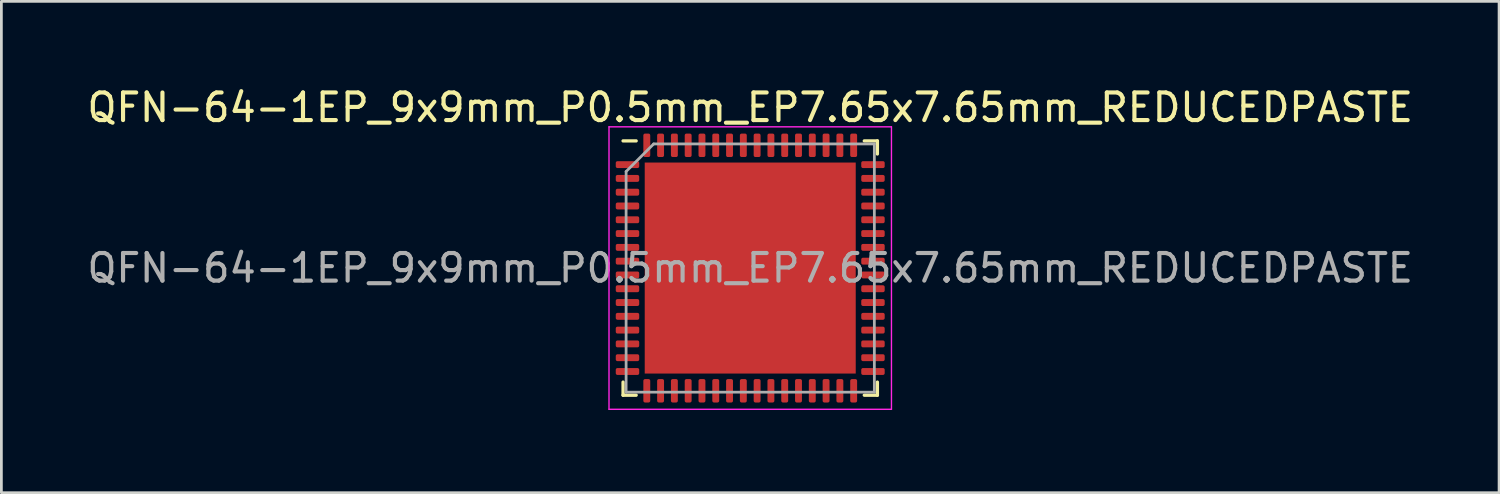
<source format=kicad_pcb>
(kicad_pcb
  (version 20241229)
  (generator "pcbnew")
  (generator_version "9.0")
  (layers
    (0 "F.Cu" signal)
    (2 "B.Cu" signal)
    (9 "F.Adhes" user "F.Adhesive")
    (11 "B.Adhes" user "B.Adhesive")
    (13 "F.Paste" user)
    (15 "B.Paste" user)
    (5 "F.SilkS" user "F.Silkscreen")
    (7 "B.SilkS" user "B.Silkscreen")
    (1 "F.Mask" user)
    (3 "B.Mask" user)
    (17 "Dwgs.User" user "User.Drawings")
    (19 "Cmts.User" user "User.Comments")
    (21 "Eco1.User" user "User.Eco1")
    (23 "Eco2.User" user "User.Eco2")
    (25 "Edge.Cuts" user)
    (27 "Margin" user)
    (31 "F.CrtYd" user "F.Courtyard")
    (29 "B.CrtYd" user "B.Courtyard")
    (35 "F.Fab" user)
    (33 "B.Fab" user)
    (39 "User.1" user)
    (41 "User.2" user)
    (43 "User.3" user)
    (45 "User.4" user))
  (footprint "QFN-64-1EP_9x9mm_P0.5mm_EP7.65x7.65mm_REDUCEDPASTE"
    (layer "F.Cu")
    (at 24.149 6.668)
    (property "Reference" "QFN-64-1EP_9x9mm_P0.5mm_EP7.65x7.65mm_REDUCEDPASTE" (at 0 -5.82 0) (layer "F.SilkS") (effects (font (size 1 1) (thickness 0.15))))
    (attr smd)
    (fp_line (start -4.61 4.61) (end -4.61 4.135) (stroke (width 0.12) (type solid)) (layer "F.SilkS"))
    (fp_line (start -4.135 -4.61) (end -4.61 -4.61) (stroke (width 0.12) (type solid)) (layer "F.SilkS"))
    (fp_line (start -4.135 4.61) (end -4.61 4.61) (stroke (width 0.12) (type solid)) (layer "F.SilkS"))
    (fp_line (start 4.135 -4.61) (end 4.61 -4.61) (stroke (width 0.12) (type solid)) (layer "F.SilkS"))
    (fp_line (start 4.135 4.61) (end 4.61 4.61) (stroke (width 0.12) (type solid)) (layer "F.SilkS"))
    (fp_line (start 4.61 -4.61) (end 4.61 -4.135) (stroke (width 0.12) (type solid)) (layer "F.SilkS"))
    (fp_line (start 4.61 4.61) (end 4.61 4.135) (stroke (width 0.12) (type solid)) (layer "F.SilkS"))
    (fp_line (start -5.12 -5.12) (end -5.12 5.12) (stroke (width 0.05) (type solid)) (layer "F.CrtYd"))
    (fp_line (start -5.12 5.12) (end 5.12 5.12) (stroke (width 0.05) (type solid)) (layer "F.CrtYd"))
    (fp_line (start 5.12 -5.12) (end -5.12 -5.12) (stroke (width 0.05) (type solid)) (layer "F.CrtYd"))
    (fp_line (start 5.12 5.12) (end 5.12 -5.12) (stroke (width 0.05) (type solid)) (layer "F.CrtYd"))
    (fp_line (start -4.5 -3.5) (end -3.5 -4.5) (stroke (width 0.1) (type solid)) (layer "F.Fab"))
    (fp_line (start -4.5 4.5) (end -4.5 -3.5) (stroke (width 0.1) (type solid)) (layer "F.Fab"))
    (fp_line (start -3.5 -4.5) (end 4.5 -4.5) (stroke (width 0.1) (type solid)) (layer "F.Fab"))
    (fp_line (start 4.5 -4.5) (end 4.5 4.5) (stroke (width 0.1) (type solid)) (layer "F.Fab"))
    (fp_line (start 4.5 4.5) (end -4.5 4.5) (stroke (width 0.1) (type solid)) (layer "F.Fab"))
    (fp_text user "${REFERENCE}" (at 0 0 0) (layer "F.Fab") (effects (font (size 1 1) (thickness 0.15))))
    (pad "" smd roundrect (at -2.6 -2.5) (size 1.815 1.758) (layers "F.Paste") (roundrect_rratio 0.243))
    (pad "" smd roundrect (at -2.6 0) (size 1.815 1.758) (layers "F.Paste") (roundrect_rratio 0.243))
    (pad "" smd roundrect (at -2.6 2.5) (size 1.815 1.758) (layers "F.Paste") (roundrect_rratio 0.243))
    (pad "" smd roundrect (at 0 -2.5) (size 2 1.758) (layers "F.Paste") (roundrect_rratio 0.243))
    (pad "" smd roundrect (at 0 0) (size 2.2 2) (layers "F.Paste") (roundrect_rratio 0.243))
    (pad "" smd roundrect (at 0 2.5) (size 2 1.758) (layers "F.Paste") (roundrect_rratio 0.243))
    (pad "" smd roundrect (at 2.6 -2.5) (size 1.815 1.758) (layers "F.Paste") (roundrect_rratio 0.243))
    (pad "" smd roundrect (at 2.6 0) (size 1.815 1.758) (layers "F.Paste") (roundrect_rratio 0.243))
    (pad "" smd roundrect (at 2.6 2.5) (size 1.815 1.758) (layers "F.Paste") (roundrect_rratio 0.243))
    (pad "1" smd roundrect (at -4.45 -3.75) (size 0.85 0.25) (layers "F.Cu" "F.Mask" "F.Paste") (roundrect_rratio 0.25))
    (pad "2" smd roundrect (at -4.45 -3.25) (size 0.85 0.25) (layers "F.Cu" "F.Mask" "F.Paste") (roundrect_rratio 0.25))
    (pad "3" smd roundrect (at -4.45 -2.75) (size 0.85 0.25) (layers "F.Cu" "F.Mask" "F.Paste") (roundrect_rratio 0.25))
    (pad "4" smd roundrect (at -4.45 -2.25) (size 0.85 0.25) (layers "F.Cu" "F.Mask" "F.Paste") (roundrect_rratio 0.25))
    (pad "5" smd roundrect (at -4.45 -1.75) (size 0.85 0.25) (layers "F.Cu" "F.Mask" "F.Paste") (roundrect_rratio 0.25))
    (pad "6" smd roundrect (at -4.45 -1.25) (size 0.85 0.25) (layers "F.Cu" "F.Mask" "F.Paste") (roundrect_rratio 0.25))
    (pad "7" smd roundrect (at -4.45 -0.75) (size 0.85 0.25) (layers "F.Cu" "F.Mask" "F.Paste") (roundrect_rratio 0.25))
    (pad "8" smd roundrect (at -4.45 -0.25) (size 0.85 0.25) (layers "F.Cu" "F.Mask" "F.Paste") (roundrect_rratio 0.25))
    (pad "9" smd roundrect (at -4.45 0.25) (size 0.85 0.25) (layers "F.Cu" "F.Mask" "F.Paste") (roundrect_rratio 0.25))
    (pad "10" smd roundrect (at -4.45 0.75) (size 0.85 0.25) (layers "F.Cu" "F.Mask" "F.Paste") (roundrect_rratio 0.25))
    (pad "11" smd roundrect (at -4.45 1.25) (size 0.85 0.25) (layers "F.Cu" "F.Mask" "F.Paste") (roundrect_rratio 0.25))
    (pad "12" smd roundrect (at -4.45 1.75) (size 0.85 0.25) (layers "F.Cu" "F.Mask" "F.Paste") (roundrect_rratio 0.25))
    (pad "13" smd roundrect (at -4.45 2.25) (size 0.85 0.25) (layers "F.Cu" "F.Mask" "F.Paste") (roundrect_rratio 0.25))
    (pad "14" smd roundrect (at -4.45 2.75) (size 0.85 0.25) (layers "F.Cu" "F.Mask" "F.Paste") (roundrect_rratio 0.25))
    (pad "15" smd roundrect (at -4.45 3.25) (size 0.85 0.25) (layers "F.Cu" "F.Mask" "F.Paste") (roundrect_rratio 0.25))
    (pad "16" smd roundrect (at -4.45 3.75) (size 0.85 0.25) (layers "F.Cu" "F.Mask" "F.Paste") (roundrect_rratio 0.25))
    (pad "17" smd roundrect (at -3.75 4.45) (size 0.25 0.85) (layers "F.Cu" "F.Mask" "F.Paste") (roundrect_rratio 0.25))
    (pad "18" smd roundrect (at -3.25 4.45) (size 0.25 0.85) (layers "F.Cu" "F.Mask" "F.Paste") (roundrect_rratio 0.25))
    (pad "19" smd roundrect (at -2.75 4.45) (size 0.25 0.85) (layers "F.Cu" "F.Mask" "F.Paste") (roundrect_rratio 0.25))
    (pad "20" smd roundrect (at -2.25 4.45) (size 0.25 0.85) (layers "F.Cu" "F.Mask" "F.Paste") (roundrect_rratio 0.25))
    (pad "21" smd roundrect (at -1.75 4.45) (size 0.25 0.85) (layers "F.Cu" "F.Mask" "F.Paste") (roundrect_rratio 0.25))
    (pad "22" smd roundrect (at -1.25 4.45) (size 0.25 0.85) (layers "F.Cu" "F.Mask" "F.Paste") (roundrect_rratio 0.25))
    (pad "23" smd roundrect (at -0.75 4.45) (size 0.25 0.85) (layers "F.Cu" "F.Mask" "F.Paste") (roundrect_rratio 0.25))
    (pad "24" smd roundrect (at -0.25 4.45) (size 0.25 0.85) (layers "F.Cu" "F.Mask" "F.Paste") (roundrect_rratio 0.25))
    (pad "25" smd roundrect (at 0.25 4.45) (size 0.25 0.85) (layers "F.Cu" "F.Mask" "F.Paste") (roundrect_rratio 0.25))
    (pad "26" smd roundrect (at 0.75 4.45) (size 0.25 0.85) (layers "F.Cu" "F.Mask" "F.Paste") (roundrect_rratio 0.25))
    (pad "27" smd roundrect (at 1.25 4.45) (size 0.25 0.85) (layers "F.Cu" "F.Mask" "F.Paste") (roundrect_rratio 0.25))
    (pad "28" smd roundrect (at 1.75 4.45) (size 0.25 0.85) (layers "F.Cu" "F.Mask" "F.Paste") (roundrect_rratio 0.25))
    (pad "29" smd roundrect (at 2.25 4.45) (size 0.25 0.85) (layers "F.Cu" "F.Mask" "F.Paste") (roundrect_rratio 0.25))
    (pad "30" smd roundrect (at 2.75 4.45) (size 0.25 0.85) (layers "F.Cu" "F.Mask" "F.Paste") (roundrect_rratio 0.25))
    (pad "31" smd roundrect (at 3.25 4.45) (size 0.25 0.85) (layers "F.Cu" "F.Mask" "F.Paste") (roundrect_rratio 0.25))
    (pad "32" smd roundrect (at 3.75 4.45) (size 0.25 0.85) (layers "F.Cu" "F.Mask" "F.Paste") (roundrect_rratio 0.25))
    (pad "33" smd roundrect (at 4.45 3.75) (size 0.85 0.25) (layers "F.Cu" "F.Mask" "F.Paste") (roundrect_rratio 0.25))
    (pad "34" smd roundrect (at 4.45 3.25) (size 0.85 0.25) (layers "F.Cu" "F.Mask" "F.Paste") (roundrect_rratio 0.25))
    (pad "35" smd roundrect (at 4.45 2.75) (size 0.85 0.25) (layers "F.Cu" "F.Mask" "F.Paste") (roundrect_rratio 0.25))
    (pad "36" smd roundrect (at 4.45 2.25) (size 0.85 0.25) (layers "F.Cu" "F.Mask" "F.Paste") (roundrect_rratio 0.25))
    (pad "37" smd roundrect (at 4.45 1.75) (size 0.85 0.25) (layers "F.Cu" "F.Mask" "F.Paste") (roundrect_rratio 0.25))
    (pad "38" smd roundrect (at 4.45 1.25) (size 0.85 0.25) (layers "F.Cu" "F.Mask" "F.Paste") (roundrect_rratio 0.25))
    (pad "39" smd roundrect (at 4.45 0.75) (size 0.85 0.25) (layers "F.Cu" "F.Mask" "F.Paste") (roundrect_rratio 0.25))
    (pad "40" smd roundrect (at 4.45 0.25) (size 0.85 0.25) (layers "F.Cu" "F.Mask" "F.Paste") (roundrect_rratio 0.25))
    (pad "41" smd roundrect (at 4.45 -0.25) (size 0.85 0.25) (layers "F.Cu" "F.Mask" "F.Paste") (roundrect_rratio 0.25))
    (pad "42" smd roundrect (at 4.45 -0.75) (size 0.85 0.25) (layers "F.Cu" "F.Mask" "F.Paste") (roundrect_rratio 0.25))
    (pad "43" smd roundrect (at 4.45 -1.25) (size 0.85 0.25) (layers "F.Cu" "F.Mask" "F.Paste") (roundrect_rratio 0.25))
    (pad "44" smd roundrect (at 4.45 -1.75) (size 0.85 0.25) (layers "F.Cu" "F.Mask" "F.Paste") (roundrect_rratio 0.25))
    (pad "45" smd roundrect (at 4.45 -2.25) (size 0.85 0.25) (layers "F.Cu" "F.Mask" "F.Paste") (roundrect_rratio 0.25))
    (pad "46" smd roundrect (at 4.45 -2.75) (size 0.85 0.25) (layers "F.Cu" "F.Mask" "F.Paste") (roundrect_rratio 0.25))
    (pad "47" smd roundrect (at 4.45 -3.25) (size 0.85 0.25) (layers "F.Cu" "F.Mask" "F.Paste") (roundrect_rratio 0.25))
    (pad "48" smd roundrect (at 4.45 -3.75) (size 0.85 0.25) (layers "F.Cu" "F.Mask" "F.Paste") (roundrect_rratio 0.25))
    (pad "49" smd roundrect (at 3.75 -4.45) (size 0.25 0.85) (layers "F.Cu" "F.Mask" "F.Paste") (roundrect_rratio 0.25))
    (pad "50" smd roundrect (at 3.25 -4.45) (size 0.25 0.85) (layers "F.Cu" "F.Mask" "F.Paste") (roundrect_rratio 0.25))
    (pad "51" smd roundrect (at 2.75 -4.45) (size 0.25 0.85) (layers "F.Cu" "F.Mask" "F.Paste") (roundrect_rratio 0.25))
    (pad "52" smd roundrect (at 2.25 -4.45) (size 0.25 0.85) (layers "F.Cu" "F.Mask" "F.Paste") (roundrect_rratio 0.25))
    (pad "53" smd roundrect (at 1.75 -4.45) (size 0.25 0.85) (layers "F.Cu" "F.Mask" "F.Paste") (roundrect_rratio 0.25))
    (pad "54" smd roundrect (at 1.25 -4.45) (size 0.25 0.85) (layers "F.Cu" "F.Mask" "F.Paste") (roundrect_rratio 0.25))
    (pad "55" smd roundrect (at 0.75 -4.45) (size 0.25 0.85) (layers "F.Cu" "F.Mask" "F.Paste") (roundrect_rratio 0.25))
    (pad "56" smd roundrect (at 0.25 -4.45) (size 0.25 0.85) (layers "F.Cu" "F.Mask" "F.Paste") (roundrect_rratio 0.25))
    (pad "57" smd roundrect (at -0.25 -4.45) (size 0.25 0.85) (layers "F.Cu" "F.Mask" "F.Paste") (roundrect_rratio 0.25))
    (pad "58" smd roundrect (at -0.75 -4.45) (size 0.25 0.85) (layers "F.Cu" "F.Mask" "F.Paste") (roundrect_rratio 0.25))
    (pad "59" smd roundrect (at -1.25 -4.45) (size 0.25 0.85) (layers "F.Cu" "F.Mask" "F.Paste") (roundrect_rratio 0.25))
    (pad "60" smd roundrect (at -1.75 -4.45) (size 0.25 0.85) (layers "F.Cu" "F.Mask" "F.Paste") (roundrect_rratio 0.25))
    (pad "61" smd roundrect (at -2.25 -4.45) (size 0.25 0.85) (layers "F.Cu" "F.Mask" "F.Paste") (roundrect_rratio 0.25))
    (pad "62" smd roundrect (at -2.75 -4.45) (size 0.25 0.85) (layers "F.Cu" "F.Mask" "F.Paste") (roundrect_rratio 0.25))
    (pad "63" smd roundrect (at -3.25 -4.45) (size 0.25 0.85) (layers "F.Cu" "F.Mask" "F.Paste") (roundrect_rratio 0.25))
    (pad "64" smd roundrect (at -3.75 -4.45) (size 0.25 0.85) (layers "F.Cu" "F.Mask" "F.Paste") (roundrect_rratio 0.25))
    (pad "65" smd rect (at 0 0) (size 7.65 7.65) (layers "F.Cu" "F.Mask")))
  (gr_rect
    (start -3 -3)
    (end 51.298 14.813)
    (stroke (width 0.1) (type default))
    (fill no)
    (layer "Edge.Cuts")))
</source>
